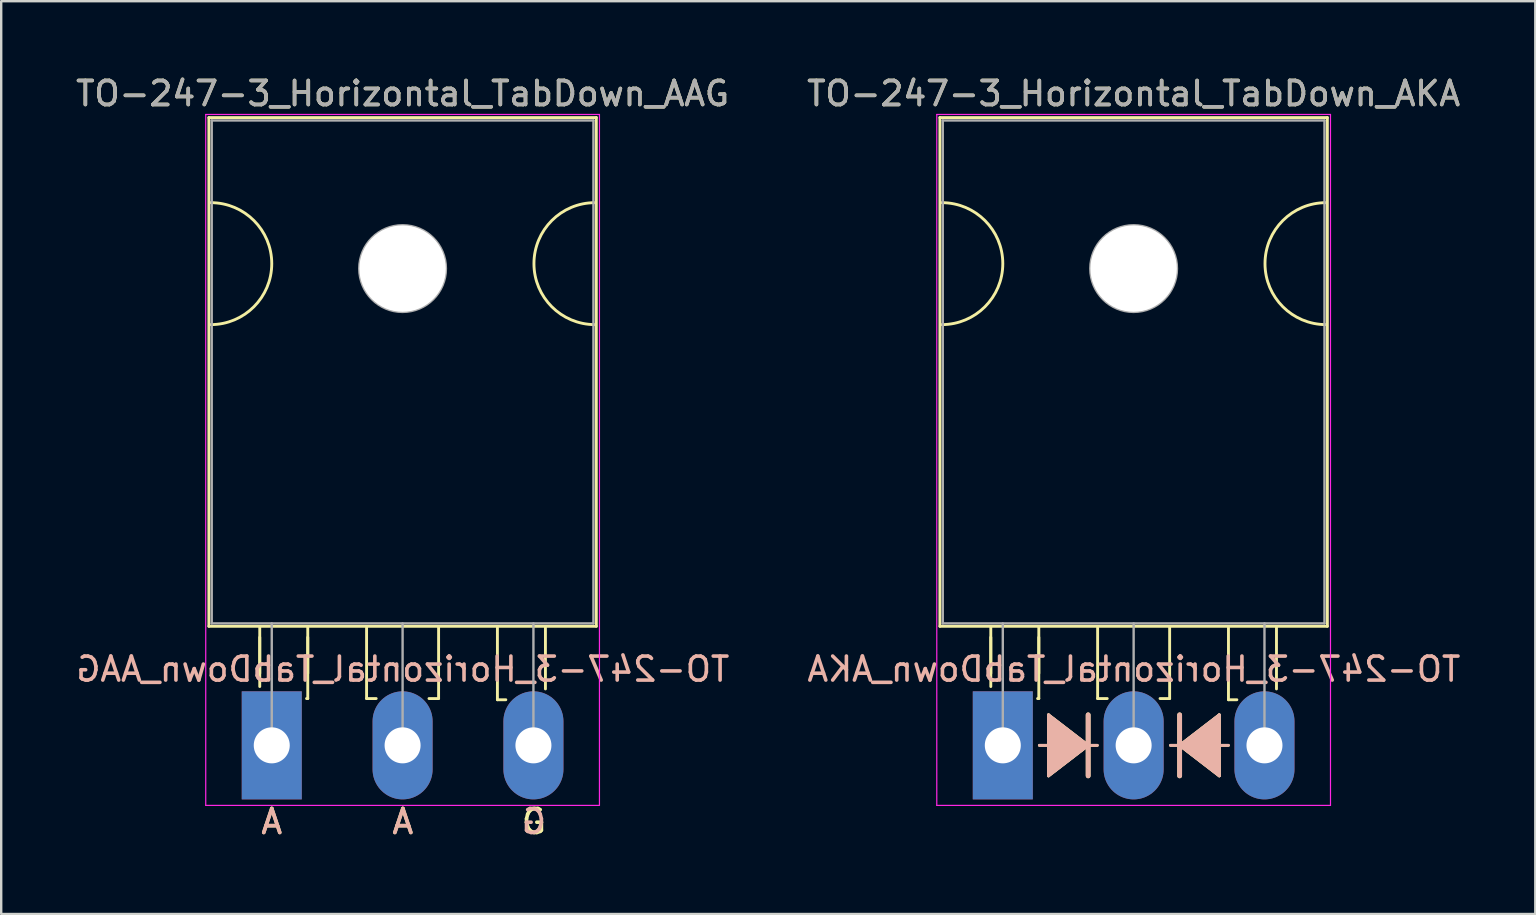
<source format=kicad_pcb>
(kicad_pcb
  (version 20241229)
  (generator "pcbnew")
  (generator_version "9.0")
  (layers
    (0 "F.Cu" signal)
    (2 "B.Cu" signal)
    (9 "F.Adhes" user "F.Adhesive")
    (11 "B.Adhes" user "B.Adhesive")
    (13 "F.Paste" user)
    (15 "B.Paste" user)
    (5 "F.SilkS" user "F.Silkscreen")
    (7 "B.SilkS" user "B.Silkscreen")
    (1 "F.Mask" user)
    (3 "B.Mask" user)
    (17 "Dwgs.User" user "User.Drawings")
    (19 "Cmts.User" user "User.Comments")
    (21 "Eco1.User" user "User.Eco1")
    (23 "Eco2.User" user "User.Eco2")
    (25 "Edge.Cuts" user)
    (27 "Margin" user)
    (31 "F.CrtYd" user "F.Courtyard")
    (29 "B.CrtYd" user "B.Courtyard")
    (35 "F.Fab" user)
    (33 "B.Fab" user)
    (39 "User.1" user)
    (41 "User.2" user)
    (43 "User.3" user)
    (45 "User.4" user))
  (footprint "TO-247-3_Horizontal_TabDown_AKA"
    (layer "F.Cu")
    (at 38.722 27.998)
    (property "Reference" "TO-247-3_Horizontal_TabDown_AKA" (at 5.45 -27.15 0) (layer "F.SilkS") (effects (font (size 1 1) (thickness 0.15))))
    (fp_line (start -2.62 -26.15) (end -2.62 -4.96) (stroke (width 0.12) (type solid)) (layer "F.SilkS"))
    (fp_line (start -2.62 -26.15) (end 13.52 -26.15) (stroke (width 0.12) (type solid)) (layer "F.SilkS"))
    (fp_line (start -2.62 -4.96) (end 13.52 -4.96) (stroke (width 0.12) (type solid)) (layer "F.SilkS"))
    (fp_line (start -0.5 -4.95) (end -0.5 -2.45) (stroke (width 0.12) (type solid)) (layer "F.SilkS"))
    (fp_line (start -0.5 -4.5) (end -0.5 -3) (stroke (width 0.12) (type solid)) (layer "F.SilkS"))
    (fp_line (start 1.5 -4.95) (end 1.5 -1.95) (stroke (width 0.12) (type solid)) (layer "F.SilkS"))
    (fp_line (start 1.5 -4.5) (end 1.5 -3) (stroke (width 0.12) (type solid)) (layer "F.SilkS"))
    (fp_line (start 1.5 -1.95) (end 1.45 -1.95) (stroke (width 0.12) (type solid)) (layer "F.SilkS"))
    (fp_line (start 1.524 0) (end 1.905 0) (stroke (width 0.12) (type solid)) (layer "F.SilkS"))
    (fp_line (start 1.905 -1.27) (end 1.905 1.27) (stroke (width 0.12) (type solid)) (layer "F.SilkS"))
    (fp_line (start 1.905 1.27) (end 3.556 0) (stroke (width 0.12) (type solid)) (layer "F.SilkS"))
    (fp_line (start 3.556 0) (end 1.905 -1.27) (stroke (width 0.12) (type solid)) (layer "F.SilkS"))
    (fp_line (start 3.556 0) (end 3.556 -1.27) (stroke (width 0.2) (type solid)) (layer "F.SilkS"))
    (fp_line (start 3.556 1.27) (end 3.556 0) (stroke (width 0.2) (type solid)) (layer "F.SilkS"))
    (fp_line (start 3.937 0) (end 3.556 0) (stroke (width 0.12) (type solid)) (layer "F.SilkS"))
    (fp_line (start 3.95 -4.9) (end 3.95 -1.95) (stroke (width 0.12) (type solid)) (layer "F.SilkS"))
    (fp_line (start 3.95 -1.95) (end 4.35 -1.95) (stroke (width 0.12) (type solid)) (layer "F.SilkS"))
    (fp_line (start 6.95 -4.95) (end 6.95 -1.95) (stroke (width 0.12) (type solid)) (layer "F.SilkS"))
    (fp_line (start 6.95 -1.95) (end 6.55 -1.95) (stroke (width 0.12) (type solid)) (layer "F.SilkS"))
    (fp_line (start 6.985 0) (end 7.366 0) (stroke (width 0.12) (type solid)) (layer "F.SilkS"))
    (fp_line (start 7.366 -1.27) (end 7.366 0) (stroke (width 0.2) (type solid)) (layer "F.SilkS"))
    (fp_line (start 7.366 0) (end 7.366 1.27) (stroke (width 0.2) (type solid)) (layer "F.SilkS"))
    (fp_line (start 7.366 0) (end 9.017 1.27) (stroke (width 0.12) (type solid)) (layer "F.SilkS"))
    (fp_line (start 9.017 -1.27) (end 7.366 0) (stroke (width 0.12) (type solid)) (layer "F.SilkS"))
    (fp_line (start 9.017 1.27) (end 9.017 -1.27) (stroke (width 0.12) (type solid)) (layer "F.SilkS"))
    (fp_line (start 9.398 0) (end 9.017 0) (stroke (width 0.12) (type solid)) (layer "F.SilkS"))
    (fp_line (start 9.4 -4.9) (end 9.4 -1.9) (stroke (width 0.12) (type solid)) (layer "F.SilkS"))
    (fp_line (start 9.4 -1.9) (end 9.75 -1.9) (stroke (width 0.12) (type solid)) (layer "F.SilkS"))
    (fp_line (start 11.4 -4.9) (end 11.4 -2.35) (stroke (width 0.12) (type solid)) (layer "F.SilkS"))
    (fp_line (start 13.52 -26.15) (end 13.52 -4.96) (stroke (width 0.12) (type solid)) (layer "F.SilkS"))
    (fp_arc (start -2.54 -22.606) (mid 0 -20.066) (end -2.54 -17.526) (stroke (width 0.12) (type solid)) (layer "F.SilkS"))
    (fp_arc (start 13.462 -17.526) (mid 10.922 -20.066) (end 13.462 -22.606) (stroke (width 0.12) (type solid)) (layer "F.SilkS"))
    (fp_poly (pts (xy 3.556 0) (xy 1.905 1.27) (xy 1.905 -1.27)) (stroke (width 0.1) (type solid)) (fill yes) (layer "F.SilkS"))
    (fp_poly (pts (xy 9.017 1.27) (xy 7.366 0) (xy 9.017 -1.27)) (stroke (width 0.1) (type solid)) (fill yes) (layer "F.SilkS"))
    (fp_line (start 1.524 0) (end 1.905 0) (stroke (width 0.12) (type solid)) (layer "B.SilkS"))
    (fp_line (start 1.905 -1.27) (end 3.556 0) (stroke (width 0.12) (type solid)) (layer "B.SilkS"))
    (fp_line (start 1.905 1.27) (end 1.905 -1.27) (stroke (width 0.12) (type solid)) (layer "B.SilkS"))
    (fp_line (start 3.556 -1.27) (end 3.556 0) (stroke (width 0.2) (type solid)) (layer "B.SilkS"))
    (fp_line (start 3.556 0) (end 1.905 1.27) (stroke (width 0.12) (type solid)) (layer "B.SilkS"))
    (fp_line (start 3.556 0) (end 3.556 1.27) (stroke (width 0.2) (type solid)) (layer "B.SilkS"))
    (fp_line (start 3.937 0) (end 3.556 0) (stroke (width 0.12) (type solid)) (layer "B.SilkS"))
    (fp_line (start 6.985 0) (end 7.366 0) (stroke (width 0.12) (type solid)) (layer "B.SilkS"))
    (fp_line (start 7.366 0) (end 7.366 -1.27) (stroke (width 0.2) (type solid)) (layer "B.SilkS"))
    (fp_line (start 7.366 0) (end 9.017 -1.27) (stroke (width 0.12) (type solid)) (layer "B.SilkS"))
    (fp_line (start 7.366 1.27) (end 7.366 0) (stroke (width 0.2) (type solid)) (layer "B.SilkS"))
    (fp_line (start 9.017 -1.27) (end 9.017 1.27) (stroke (width 0.12) (type solid)) (layer "B.SilkS"))
    (fp_line (start 9.017 1.27) (end 7.366 0) (stroke (width 0.12) (type solid)) (layer "B.SilkS"))
    (fp_line (start 9.398 0) (end 9.017 0) (stroke (width 0.12) (type solid)) (layer "B.SilkS"))
    (fp_poly (pts (xy 3.556 0) (xy 1.905 -1.27) (xy 1.905 1.27)) (stroke (width 0.1) (type solid)) (fill yes) (layer "B.SilkS"))
    (fp_poly (pts (xy 7.366 0) (xy 9.017 1.27) (xy 9.017 -1.27)) (stroke (width 0.1) (type solid)) (fill yes) (layer "B.SilkS"))
    (fp_line (start -2.75 -26.28) (end -2.75 2.5) (stroke (width 0.05) (type solid)) (layer "F.CrtYd"))
    (fp_line (start -2.75 2.5) (end 13.65 2.5) (stroke (width 0.05) (type solid)) (layer "F.CrtYd"))
    (fp_line (start 13.65 -26.28) (end -2.75 -26.28) (stroke (width 0.05) (type solid)) (layer "F.CrtYd"))
    (fp_line (start 13.65 2.5) (end 13.65 -26.28) (stroke (width 0.05) (type solid)) (layer "F.CrtYd"))
    (fp_line (start -2.5 -26.03) (end 13.4 -26.03) (stroke (width 0.1) (type solid)) (layer "F.Fab"))
    (fp_line (start -2.5 -5.08) (end -2.5 -26.03) (stroke (width 0.1) (type solid)) (layer "F.Fab"))
    (fp_line (start 0 -5.08) (end 0 0) (stroke (width 0.1) (type solid)) (layer "F.Fab"))
    (fp_line (start 5.45 -5.08) (end 5.45 0) (stroke (width 0.1) (type solid)) (layer "F.Fab"))
    (fp_line (start 10.9 -5.08) (end 10.9 0) (stroke (width 0.1) (type solid)) (layer "F.Fab"))
    (fp_line (start 13.4 -26.03) (end 13.4 -5.08) (stroke (width 0.1) (type solid)) (layer "F.Fab"))
    (fp_line (start 13.4 -5.08) (end -2.5 -5.08) (stroke (width 0.1) (type solid)) (layer "F.Fab"))
    (fp_circle (center 5.45 -19.86) (end 7.255 -19.86) (stroke (width 0.1) (type solid)) (fill no) (layer "F.Fab"))
    (fp_text user "${REFERENCE}" (at 5.461 -3.175 0) (layer "B.SilkS") (effects (font (size 1 1) (thickness 0.15)) (justify mirror)))
    (fp_text user "${REFERENCE}" (at 5.45 -27.15 0) (layer "F.Fab") (effects (font (size 1 1) (thickness 0.15))))
    (pad "" np_thru_hole oval (at 5.45 -19.86) (size 3.6 3.6) (drill 3.6) (layers "*.Cu" "*.Mask"))
    (pad "1" thru_hole rect (at 0 0) (size 2.5 4.5) (drill 1.5) (layers "*.Cu" "*.Mask"))
    (pad "2" thru_hole oval (at 5.45 0) (size 2.5 4.5) (drill 1.5) (layers "*.Cu" "*.Mask"))
    (pad "3" thru_hole oval (at 10.9 0) (size 2.5 4.5) (drill 1.5) (layers "*.Cu" "*.Mask")))
  (footprint "TO-247-3_Horizontal_TabDown_AAG"
    (layer "F.Cu")
    (at 8.27 27.998)
    (property "Reference" "TO-247-3_Horizontal_TabDown_AAG" (at 5.45 -27.15 0) (layer "F.SilkS") (effects (font (size 1 1) (thickness 0.15))))
    (fp_line (start -2.62 -26.15) (end -2.62 -4.96) (stroke (width 0.12) (type solid)) (layer "F.SilkS"))
    (fp_line (start -2.62 -26.15) (end 13.52 -26.15) (stroke (width 0.12) (type solid)) (layer "F.SilkS"))
    (fp_line (start -2.62 -4.96) (end 13.52 -4.96) (stroke (width 0.12) (type solid)) (layer "F.SilkS"))
    (fp_line (start -0.5 -4.95) (end -0.5 -2.45) (stroke (width 0.12) (type solid)) (layer "F.SilkS"))
    (fp_line (start -0.5 -4.5) (end -0.5 -3) (stroke (width 0.12) (type solid)) (layer "F.SilkS"))
    (fp_line (start 1.5 -4.95) (end 1.5 -1.95) (stroke (width 0.12) (type solid)) (layer "F.SilkS"))
    (fp_line (start 1.5 -4.5) (end 1.5 -3) (stroke (width 0.12) (type solid)) (layer "F.SilkS"))
    (fp_line (start 1.5 -1.95) (end 1.45 -1.95) (stroke (width 0.12) (type solid)) (layer "F.SilkS"))
    (fp_line (start 3.95 -4.9) (end 3.95 -1.95) (stroke (width 0.12) (type solid)) (layer "F.SilkS"))
    (fp_line (start 3.95 -1.95) (end 4.35 -1.95) (stroke (width 0.12) (type solid)) (layer "F.SilkS"))
    (fp_line (start 6.95 -4.95) (end 6.95 -1.95) (stroke (width 0.12) (type solid)) (layer "F.SilkS"))
    (fp_line (start 6.95 -1.95) (end 6.55 -1.95) (stroke (width 0.12) (type solid)) (layer "F.SilkS"))
    (fp_line (start 9.4 -4.9) (end 9.4 -1.9) (stroke (width 0.12) (type solid)) (layer "F.SilkS"))
    (fp_line (start 9.4 -1.9) (end 9.75 -1.9) (stroke (width 0.12) (type solid)) (layer "F.SilkS"))
    (fp_line (start 11.4 -4.9) (end 11.4 -2.35) (stroke (width 0.12) (type solid)) (layer "F.SilkS"))
    (fp_line (start 13.52 -26.15) (end 13.52 -4.96) (stroke (width 0.12) (type solid)) (layer "F.SilkS"))
    (fp_arc (start -2.54 -22.606) (mid 0 -20.066) (end -2.54 -17.526) (stroke (width 0.12) (type solid)) (layer "F.SilkS"))
    (fp_arc (start 13.462 -17.526) (mid 10.922 -20.066) (end 13.462 -22.606) (stroke (width 0.12) (type solid)) (layer "F.SilkS"))
    (fp_line (start -2.75 -26.28) (end -2.75 2.5) (stroke (width 0.05) (type solid)) (layer "F.CrtYd"))
    (fp_line (start -2.75 2.5) (end 13.65 2.5) (stroke (width 0.05) (type solid)) (layer "F.CrtYd"))
    (fp_line (start 13.65 -26.28) (end -2.75 -26.28) (stroke (width 0.05) (type solid)) (layer "F.CrtYd"))
    (fp_line (start 13.65 2.5) (end 13.65 -26.28) (stroke (width 0.05) (type solid)) (layer "F.CrtYd"))
    (fp_line (start -2.5 -26.03) (end 13.4 -26.03) (stroke (width 0.1) (type solid)) (layer "F.Fab"))
    (fp_line (start -2.5 -5.08) (end -2.5 -26.03) (stroke (width 0.1) (type solid)) (layer "F.Fab"))
    (fp_line (start 0 -5.08) (end 0 0) (stroke (width 0.1) (type solid)) (layer "F.Fab"))
    (fp_line (start 5.45 -5.08) (end 5.45 0) (stroke (width 0.1) (type solid)) (layer "F.Fab"))
    (fp_line (start 10.9 -5.08) (end 10.9 0) (stroke (width 0.1) (type solid)) (layer "F.Fab"))
    (fp_line (start 13.4 -26.03) (end 13.4 -5.08) (stroke (width 0.1) (type solid)) (layer "F.Fab"))
    (fp_line (start 13.4 -5.08) (end -2.5 -5.08) (stroke (width 0.1) (type solid)) (layer "F.Fab"))
    (fp_circle (center 5.45 -19.86) (end 7.255 -19.86) (stroke (width 0.1) (type solid)) (fill no) (layer "F.Fab"))
    (fp_text user "A" (at 0 3.175 0) (unlocked yes) (layer "F.SilkS") (effects (font (size 1 1) (thickness 0.15))))
    (fp_text user "A" (at 5.461 3.175 0) (unlocked yes) (layer "F.SilkS") (effects (font (size 1 1) (thickness 0.15))))
    (fp_text user "G" (at 10.922 3.175 0) (unlocked yes) (layer "F.SilkS") (effects (font (size 1 1) (thickness 0.15))))
    (fp_text user "${REFERENCE}" (at 5.461 -3.175 0) (layer "B.SilkS") (effects (font (size 1 1) (thickness 0.15)) (justify mirror)))
    (fp_text user "A" (at 5.461 3.175 0) (unlocked yes) (layer "B.SilkS") (effects (font (size 1 1) (thickness 0.15)) (justify mirror)))
    (fp_text user "A" (at 0 3.175 0) (unlocked yes) (layer "B.SilkS") (effects (font (size 1 1) (thickness 0.15)) (justify mirror)))
    (fp_text user "G" (at 10.922 3.175 0) (unlocked yes) (layer "B.SilkS") (effects (font (size 1 1) (thickness 0.15)) (justify mirror)))
    (fp_text user "${REFERENCE}" (at 5.45 -27.15 0) (layer "F.Fab") (effects (font (size 1 1) (thickness 0.15))))
    (pad "" np_thru_hole oval (at 5.45 -19.86) (size 3.6 3.6) (drill 3.6) (layers "*.Cu" "*.Mask"))
    (pad "1" thru_hole rect (at 0 0) (size 2.5 4.5) (drill 1.5) (layers "*.Cu" "*.Mask"))
    (pad "2" thru_hole oval (at 5.45 0) (size 2.5 4.5) (drill 1.5) (layers "*.Cu" "*.Mask"))
    (pad "3" thru_hole oval (at 10.9 0) (size 2.5 4.5) (drill 1.5) (layers "*.Cu" "*.Mask")))
  (gr_rect
    (start -3 -3)
    (end 60.903 35.022)
    (stroke (width 0.1) (type default))
    (fill no)
    (layer "Edge.Cuts")))
</source>
